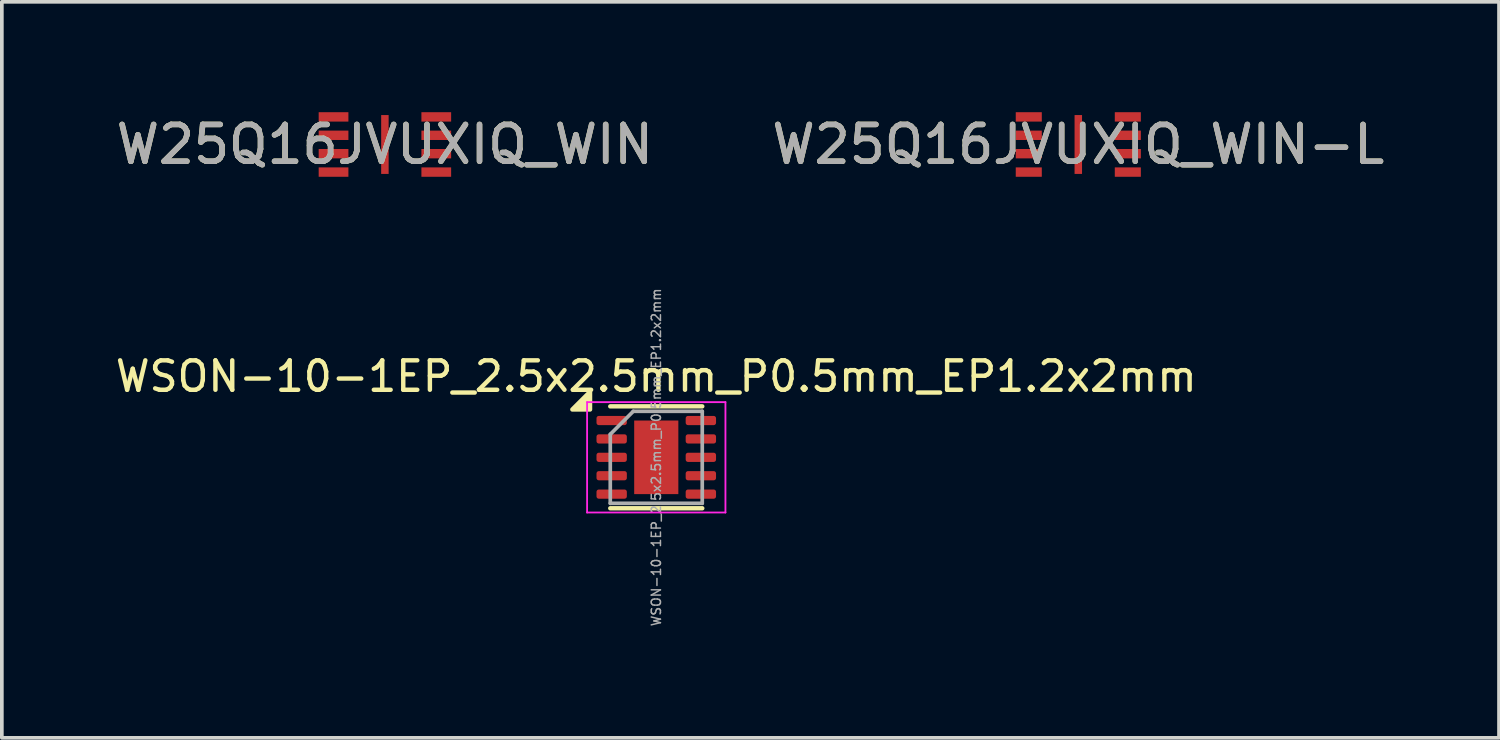
<source format=kicad_pcb>
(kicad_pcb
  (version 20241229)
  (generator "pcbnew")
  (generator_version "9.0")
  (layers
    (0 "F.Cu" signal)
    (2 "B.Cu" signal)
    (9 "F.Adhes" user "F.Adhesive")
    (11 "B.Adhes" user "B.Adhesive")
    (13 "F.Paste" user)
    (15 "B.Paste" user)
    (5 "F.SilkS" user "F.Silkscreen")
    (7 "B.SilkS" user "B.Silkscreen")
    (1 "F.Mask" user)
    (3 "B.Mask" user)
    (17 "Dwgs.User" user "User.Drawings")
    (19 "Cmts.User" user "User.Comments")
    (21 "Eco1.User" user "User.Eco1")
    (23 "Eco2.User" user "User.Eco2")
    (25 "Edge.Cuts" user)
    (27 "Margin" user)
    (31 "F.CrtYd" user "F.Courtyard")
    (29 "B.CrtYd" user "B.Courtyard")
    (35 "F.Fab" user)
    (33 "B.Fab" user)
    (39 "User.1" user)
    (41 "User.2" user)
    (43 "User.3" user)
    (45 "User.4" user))
  (footprint "WSON-10-1EP_2.5x2.5mm_P0.5mm_EP1.2x2mm"
    (layer "F.Cu")
    (at 14.786 9.379)
    (property "Reference" "WSON-10-1EP_2.5x2.5mm_P0.5mm_EP1.2x2mm" (at 0 -2.2 0) (layer "F.SilkS") (effects (font (size 0.8 0.8) (thickness 0.12))))
    (attr smd)
    (fp_line (start -1.25 -1.385) (end 1.25 -1.385) (stroke (width 0.12) (type solid)) (layer "F.SilkS"))
    (fp_line (start -1.25 1.385) (end 1.25 1.385) (stroke (width 0.12) (type solid)) (layer "F.SilkS"))
    (fp_poly (pts (xy -1.8 -1.3) (xy -2.28 -1.3) (xy -1.8 -1.78) (xy -1.8 -1.3)) (stroke (width 0.12) (type solid)) (fill yes) (layer "F.SilkS"))
    (fp_line (start -1.88 -1.5) (end -1.88 1.5) (stroke (width 0.05) (type solid)) (layer "F.CrtYd"))
    (fp_line (start -1.88 1.5) (end 1.88 1.5) (stroke (width 0.05) (type solid)) (layer "F.CrtYd"))
    (fp_line (start 1.88 -1.5) (end -1.88 -1.5) (stroke (width 0.05) (type solid)) (layer "F.CrtYd"))
    (fp_line (start 1.88 1.5) (end 1.88 -1.5) (stroke (width 0.05) (type solid)) (layer "F.CrtYd"))
    (fp_line (start -1.25 -0.625) (end -0.625 -1.25) (stroke (width 0.1) (type solid)) (layer "F.Fab"))
    (fp_line (start -1.25 1.25) (end -1.25 -0.625) (stroke (width 0.1) (type solid)) (layer "F.Fab"))
    (fp_line (start -0.625 -1.25) (end 1.25 -1.25) (stroke (width 0.1) (type solid)) (layer "F.Fab"))
    (fp_line (start 1.25 -1.25) (end 1.25 1.25) (stroke (width 0.1) (type solid)) (layer "F.Fab"))
    (fp_line (start 1.25 1.25) (end -1.25 1.25) (stroke (width 0.1) (type solid)) (layer "F.Fab"))
    (fp_text user "${REFERENCE}" (at 0 0 90) (layer "F.Fab") (effects (font (size 0.25 0.25) (thickness 0.04))))
    (pad "" smd roundrect (at -0.3 -0.5) (size 0.48 0.81) (layers "F.Paste") (roundrect_rratio 0.25))
    (pad "" smd roundrect (at -0.3 0.5) (size 0.48 0.81) (layers "F.Paste") (roundrect_rratio 0.25))
    (pad "" smd roundrect (at 0.3 -0.5) (size 0.48 0.81) (layers "F.Paste") (roundrect_rratio 0.25))
    (pad "" smd roundrect (at 0.3 0.5) (size 0.48 0.81) (layers "F.Paste") (roundrect_rratio 0.25))
    (pad "1" smd roundrect (at -1.212 -1) (size 0.825 0.25) (layers "F.Cu" "F.Mask" "F.Paste") (roundrect_rratio 0.25))
    (pad "2" smd roundrect (at -1.212 -0.5) (size 0.825 0.25) (layers "F.Cu" "F.Mask" "F.Paste") (roundrect_rratio 0.25))
    (pad "3" smd roundrect (at -1.212 0) (size 0.825 0.25) (layers "F.Cu" "F.Mask" "F.Paste") (roundrect_rratio 0.25))
    (pad "4" smd roundrect (at -1.212 0.5) (size 0.825 0.25) (layers "F.Cu" "F.Mask" "F.Paste") (roundrect_rratio 0.25))
    (pad "5" smd roundrect (at -1.212 1) (size 0.825 0.25) (layers "F.Cu" "F.Mask" "F.Paste") (roundrect_rratio 0.25))
    (pad "6" smd roundrect (at 1.212 1) (size 0.825 0.25) (layers "F.Cu" "F.Mask" "F.Paste") (roundrect_rratio 0.25))
    (pad "7" smd roundrect (at 1.212 0.5) (size 0.825 0.25) (layers "F.Cu" "F.Mask" "F.Paste") (roundrect_rratio 0.25))
    (pad "8" smd roundrect (at 1.212 0) (size 0.825 0.25) (layers "F.Cu" "F.Mask" "F.Paste") (roundrect_rratio 0.25))
    (pad "9" smd roundrect (at 1.212 -0.5) (size 0.825 0.25) (layers "F.Cu" "F.Mask" "F.Paste") (roundrect_rratio 0.25))
    (pad "10" smd roundrect (at 1.212 -1) (size 0.825 0.25) (layers "F.Cu" "F.Mask" "F.Paste") (roundrect_rratio 0.25))
    (pad "11" smd rect (at 0 0) (size 1.2 2) (property pad_prop_heatsink) (layers "F.Cu" "F.Mask")))
  (footprint "W25Q16JVUXIQ_WIN"
    (layer "F.Cu")
    (at 7.411 0.877)
    (property "Reference" "W25Q16JVUXIQ_WIN" (at 0 0 0) (unlocked yes) (layer "F.SilkS") (effects (font (size 1 1) (thickness 0.15))))
    (attr smd)
    (fp_text user "${REFERENCE}" (at 0 0 0) (unlocked yes) (layer "F.Fab") (effects (font (size 1 1) (thickness 0.15))))
    (pad "1" smd rect (at -1.396 -0.75) (size 0.808 0.255) (layers "F.Cu" "F.Mask" "F.Paste"))
    (pad "2" smd rect (at -1.396 -0.25) (size 0.808 0.255) (layers "F.Cu" "F.Mask" "F.Paste"))
    (pad "3" smd rect (at -1.396 0.25) (size 0.808 0.255) (layers "F.Cu" "F.Mask" "F.Paste"))
    (pad "4" smd rect (at -1.396 0.75) (size 0.808 0.255) (layers "F.Cu" "F.Mask" "F.Paste"))
    (pad "5" smd rect (at 1.396 0.75) (size 0.808 0.255) (layers "F.Cu" "F.Mask" "F.Paste"))
    (pad "6" smd rect (at 1.396 0.25) (size 0.808 0.255) (layers "F.Cu" "F.Mask" "F.Paste"))
    (pad "7" smd rect (at 1.396 -0.25) (size 0.808 0.255) (layers "F.Cu" "F.Mask" "F.Paste"))
    (pad "8" smd rect (at 1.396 -0.75) (size 0.808 0.255) (layers "F.Cu" "F.Mask" "F.Paste"))
    (pad "9" smd rect (at 0 0) (size 0.203 1.6) (layers "F.Cu" "F.Mask" "F.Paste")))
  (footprint "W25Q16JVUXIQ_WIN-L"
    (layer "F.Cu")
    (at 26.256 0.877)
    (property "Reference" "W25Q16JVUXIQ_WIN-L" (at 0 0 0) (unlocked yes) (layer "F.SilkS") (effects (font (size 1 1) (thickness 0.15))))
    (attr smd)
    (fp_text user "${REFERENCE}" (at 0 0 0) (unlocked yes) (layer "F.Fab") (effects (font (size 1 1) (thickness 0.15))))
    (pad "1" smd rect (at -1.346 -0.75) (size 0.708 0.255) (layers "F.Cu" "F.Mask" "F.Paste"))
    (pad "2" smd rect (at -1.346 -0.25) (size 0.708 0.255) (layers "F.Cu" "F.Mask" "F.Paste"))
    (pad "3" smd rect (at -1.346 0.25) (size 0.708 0.255) (layers "F.Cu" "F.Mask" "F.Paste"))
    (pad "4" smd rect (at -1.346 0.75) (size 0.708 0.255) (layers "F.Cu" "F.Mask" "F.Paste"))
    (pad "5" smd rect (at 1.346 0.75) (size 0.708 0.255) (layers "F.Cu" "F.Mask" "F.Paste"))
    (pad "6" smd rect (at 1.346 0.25) (size 0.708 0.255) (layers "F.Cu" "F.Mask" "F.Paste"))
    (pad "7" smd rect (at 1.346 -0.25) (size 0.708 0.255) (layers "F.Cu" "F.Mask" "F.Paste"))
    (pad "8" smd rect (at 1.346 -0.75) (size 0.708 0.255) (layers "F.Cu" "F.Mask" "F.Paste"))
    (pad "9" smd rect (at 0 0) (size 0.203 1.6) (layers "F.Cu" "F.Mask" "F.Paste")))
  (gr_rect
    (start -3 -3)
    (end 37.69 17.003)
    (stroke (width 0.1) (type default))
    (fill no)
    (layer "Edge.Cuts")))
</source>
